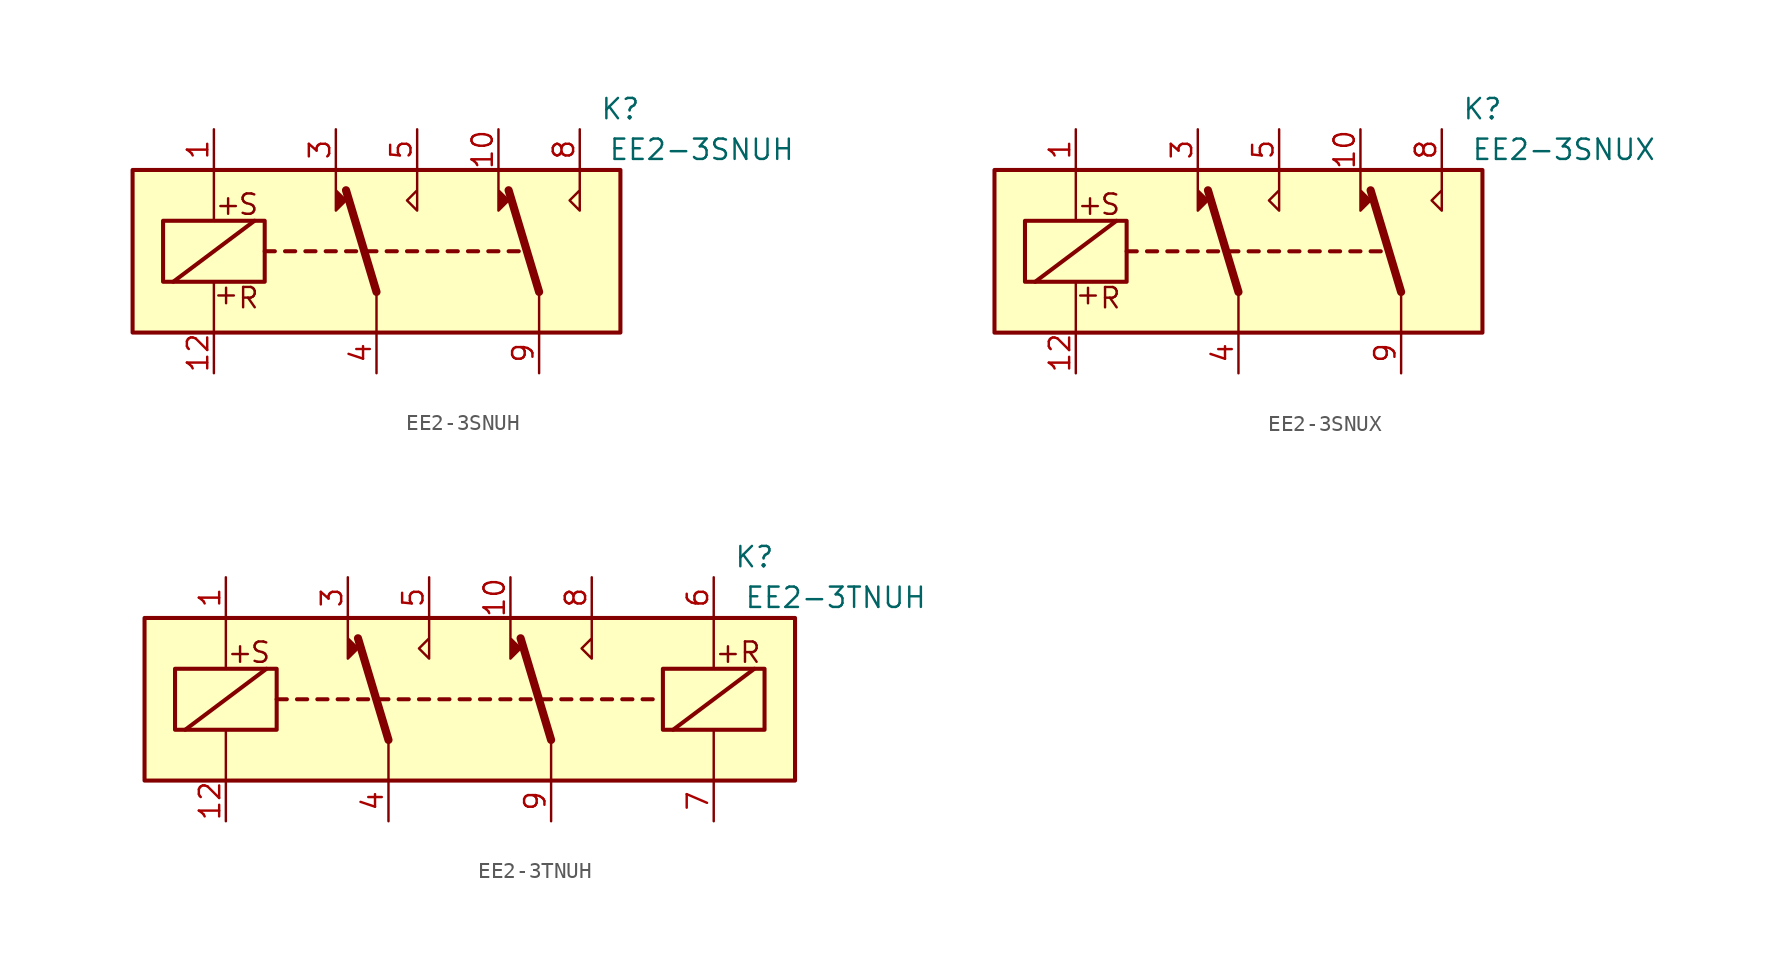
<source format=kicad_sym>
(kicad_symbol_lib
  (version 20201005)
  (generator kicad_symbol_editor)
  (symbol "Relay:EE2-3SNUH"
    (property "Reference" "K"
      (at 15.24 8.89 0)
      (effects (font (size 1.27 1.27))))
    (property "Value" "EE2-3SNUH"
      (at 20.32 6.35 0)
      (effects (font (size 1.27 1.27))))
    (symbol "EE2-3SNUH_1_1"
      (text "+" (at -9.398 -2.667 0) (effects (font (size 1.27 1.27))))
      (text "+" (at -9.271 2.921 0) (effects (font (size 1.27 1.27))))
      (text "R" (at -8.001 -2.921 0) (effects (font (size 1.27 1.27))))
      (text "S" (at -8.001 2.921 0) (effects (font (size 1.27 1.27))))
      (rectangle (start -15.24 5.08) (end 15.24 -5.08) (stroke (width 0.254)) (fill (type background)))
      (rectangle (start -13.335 1.905) (end -6.985 -1.905) (stroke (width 0.254)) (fill (type none)))
      (polyline (pts (xy -12.7 -1.905) (xy -7.62 1.905)) (stroke (width 0.254)) (fill (type none)))
      (polyline (pts (xy -10.16 -5.08) (xy -10.16 -1.905)) (stroke (width 0)) (fill (type none)))
      (polyline (pts (xy -10.16 5.08) (xy -10.16 1.905)) (stroke (width 0)) (fill (type none)))
      (polyline (pts (xy -6.985 0) (xy -6.35 0)) (stroke (width 0.254)) (fill (type none)))
      (polyline (pts (xy -5.715 0) (xy -5.08 0)) (stroke (width 0.254)) (fill (type none)))
      (polyline (pts (xy -4.445 0) (xy -3.81 0)) (stroke (width 0.254)) (fill (type none)))
      (polyline (pts (xy -3.175 0) (xy -2.54 0)) (stroke (width 0.254)) (fill (type none)))
      (polyline (pts (xy -1.905 0) (xy -1.27 0)) (stroke (width 0.254)) (fill (type none)))
      (polyline (pts (xy -0.635 0) (xy 0 0)) (stroke (width 0.254)) (fill (type none)))
      (polyline (pts (xy 0 -2.54) (xy -1.905 3.81)) (stroke (width 0.508)) (fill (type none)))
      (polyline (pts (xy 0 -2.54) (xy 0 -5.08)) (stroke (width 0)) (fill (type none)))
      (polyline (pts (xy 0.635 0) (xy 1.27 0)) (stroke (width 0.254)) (fill (type none)))
      (polyline (pts (xy 1.905 0) (xy 2.54 0)) (stroke (width 0.254)) (fill (type none)))
      (polyline (pts (xy 3.175 0) (xy 3.81 0)) (stroke (width 0.254)) (fill (type none)))
      (polyline (pts (xy 4.445 0) (xy 5.08 0)) (stroke (width 0.254)) (fill (type none)))
      (polyline (pts (xy 5.715 0) (xy 6.35 0)) (stroke (width 0.254)) (fill (type none)))
      (polyline (pts (xy 6.985 0) (xy 7.62 0)) (stroke (width 0.254)) (fill (type none)))
      (polyline (pts (xy 8.255 0) (xy 8.89 0)) (stroke (width 0.254)) (fill (type none)))
      (polyline (pts (xy 10.16 -2.54) (xy 8.255 3.81)) (stroke (width 0.508)) (fill (type none)))
      (polyline (pts (xy 10.16 -2.54) (xy 10.16 -5.08)) (stroke (width 0)) (fill (type none)))
      (polyline (pts (xy -2.54 5.08) (xy -2.54 2.54) (xy -1.905 3.175) (xy -2.54 3.81)) (stroke (width 0)) (fill (type outline)))
      (polyline (pts (xy 2.54 5.08) (xy 2.54 2.54) (xy 1.905 3.175) (xy 2.54 3.81)) (stroke (width 0)) (fill (type none)))
      (polyline (pts (xy 7.62 5.08) (xy 7.62 2.54) (xy 8.255 3.175) (xy 7.62 3.81)) (stroke (width 0)) (fill (type outline)))
      (polyline (pts (xy 12.7 5.08) (xy 12.7 2.54) (xy 12.065 3.175) (xy 12.7 3.81)) (stroke (width 0)) (fill (type none)))
      (pin passive line (at -10.16 7.62 270) (length 2.54) (name "~" (effects (font (size 1.27 1.27)))) (number "1" (effects (font (size 1.27 1.27)))))
      (pin passive line (at 7.62 7.62 270) (length 2.54) (name "~" (effects (font (size 1.27 1.27)))) (number "10" (effects (font (size 1.27 1.27)))))
      (pin passive line (at -10.16 -7.62 90) (length 2.54) (name "~" (effects (font (size 1.27 1.27)))) (number "12" (effects (font (size 1.27 1.27)))))
      (pin passive line (at -2.54 7.62 270) (length 2.54) (name "~" (effects (font (size 1.27 1.27)))) (number "3" (effects (font (size 1.27 1.27)))))
      (pin passive line (at 0 -7.62 90) (length 2.54) (name "~" (effects (font (size 1.27 1.27)))) (number "4" (effects (font (size 1.27 1.27)))))
      (pin passive line (at 2.54 7.62 270) (length 2.54) (name "~" (effects (font (size 1.27 1.27)))) (number "5" (effects (font (size 1.27 1.27)))))
      (pin passive line (at 12.7 7.62 270) (length 2.54) (name "~" (effects (font (size 1.27 1.27)))) (number "8" (effects (font (size 1.27 1.27)))))
      (pin passive line (at 10.16 -7.62 90) (length 2.54) (name "~" (effects (font (size 1.27 1.27)))) (number "9" (effects (font (size 1.27 1.27)))))))
  (symbol "Relay:EE2-3SNUX"
    (property "Reference" "K"
      (at 15.24 8.89 0)
      (effects (font (size 1.27 1.27))))
    (property "Value" "EE2-3SNUX"
      (at 20.32 6.35 0)
      (effects (font (size 1.27 1.27))))
    (symbol "EE2-3SNUX_1_1"
      (text "+" (at -9.398 -2.667 0) (effects (font (size 1.27 1.27))))
      (text "+" (at -9.271 2.921 0) (effects (font (size 1.27 1.27))))
      (text "R" (at -8.001 -2.921 0) (effects (font (size 1.27 1.27))))
      (text "S" (at -8.001 2.921 0) (effects (font (size 1.27 1.27))))
      (rectangle (start -15.24 5.08) (end 15.24 -5.08) (stroke (width 0.254)) (fill (type background)))
      (rectangle (start -13.335 1.905) (end -6.985 -1.905) (stroke (width 0.254)) (fill (type none)))
      (polyline (pts (xy -12.7 -1.905) (xy -7.62 1.905)) (stroke (width 0.254)) (fill (type none)))
      (polyline (pts (xy -10.16 -5.08) (xy -10.16 -1.905)) (stroke (width 0)) (fill (type none)))
      (polyline (pts (xy -10.16 5.08) (xy -10.16 1.905)) (stroke (width 0)) (fill (type none)))
      (polyline (pts (xy -6.985 0) (xy -6.35 0)) (stroke (width 0.254)) (fill (type none)))
      (polyline (pts (xy -5.715 0) (xy -5.08 0)) (stroke (width 0.254)) (fill (type none)))
      (polyline (pts (xy -4.445 0) (xy -3.81 0)) (stroke (width 0.254)) (fill (type none)))
      (polyline (pts (xy -3.175 0) (xy -2.54 0)) (stroke (width 0.254)) (fill (type none)))
      (polyline (pts (xy -1.905 0) (xy -1.27 0)) (stroke (width 0.254)) (fill (type none)))
      (polyline (pts (xy -0.635 0) (xy 0 0)) (stroke (width 0.254)) (fill (type none)))
      (polyline (pts (xy 0 -2.54) (xy -1.905 3.81)) (stroke (width 0.508)) (fill (type none)))
      (polyline (pts (xy 0 -2.54) (xy 0 -5.08)) (stroke (width 0)) (fill (type none)))
      (polyline (pts (xy 0.635 0) (xy 1.27 0)) (stroke (width 0.254)) (fill (type none)))
      (polyline (pts (xy 1.905 0) (xy 2.54 0)) (stroke (width 0.254)) (fill (type none)))
      (polyline (pts (xy 3.175 0) (xy 3.81 0)) (stroke (width 0.254)) (fill (type none)))
      (polyline (pts (xy 4.445 0) (xy 5.08 0)) (stroke (width 0.254)) (fill (type none)))
      (polyline (pts (xy 5.715 0) (xy 6.35 0)) (stroke (width 0.254)) (fill (type none)))
      (polyline (pts (xy 6.985 0) (xy 7.62 0)) (stroke (width 0.254)) (fill (type none)))
      (polyline (pts (xy 8.255 0) (xy 8.89 0)) (stroke (width 0.254)) (fill (type none)))
      (polyline (pts (xy 10.16 -2.54) (xy 8.255 3.81)) (stroke (width 0.508)) (fill (type none)))
      (polyline (pts (xy 10.16 -2.54) (xy 10.16 -5.08)) (stroke (width 0)) (fill (type none)))
      (polyline (pts (xy -2.54 5.08) (xy -2.54 2.54) (xy -1.905 3.175) (xy -2.54 3.81)) (stroke (width 0)) (fill (type outline)))
      (polyline (pts (xy 2.54 5.08) (xy 2.54 2.54) (xy 1.905 3.175) (xy 2.54 3.81)) (stroke (width 0)) (fill (type none)))
      (polyline (pts (xy 7.62 5.08) (xy 7.62 2.54) (xy 8.255 3.175) (xy 7.62 3.81)) (stroke (width 0)) (fill (type outline)))
      (polyline (pts (xy 12.7 5.08) (xy 12.7 2.54) (xy 12.065 3.175) (xy 12.7 3.81)) (stroke (width 0)) (fill (type none)))
      (pin passive line (at -10.16 7.62 270) (length 2.54) (name "~" (effects (font (size 1.27 1.27)))) (number "1" (effects (font (size 1.27 1.27)))))
      (pin passive line (at 7.62 7.62 270) (length 2.54) (name "~" (effects (font (size 1.27 1.27)))) (number "10" (effects (font (size 1.27 1.27)))))
      (pin passive line (at -10.16 -7.62 90) (length 2.54) (name "~" (effects (font (size 1.27 1.27)))) (number "12" (effects (font (size 1.27 1.27)))))
      (pin passive line (at -2.54 7.62 270) (length 2.54) (name "~" (effects (font (size 1.27 1.27)))) (number "3" (effects (font (size 1.27 1.27)))))
      (pin passive line (at 0 -7.62 90) (length 2.54) (name "~" (effects (font (size 1.27 1.27)))) (number "4" (effects (font (size 1.27 1.27)))))
      (pin passive line (at 2.54 7.62 270) (length 2.54) (name "~" (effects (font (size 1.27 1.27)))) (number "5" (effects (font (size 1.27 1.27)))))
      (pin passive line (at 12.7 7.62 270) (length 2.54) (name "~" (effects (font (size 1.27 1.27)))) (number "8" (effects (font (size 1.27 1.27)))))
      (pin passive line (at 10.16 -7.62 90) (length 2.54) (name "~" (effects (font (size 1.27 1.27)))) (number "9" (effects (font (size 1.27 1.27)))))))
  (symbol "Relay:EE2-3TNUH"
    (property "Reference" "K"
      (at 17.78 8.89 0)
      (effects (font (size 1.27 1.27))))
    (property "Value" "EE2-3TNUH"
      (at 22.86 6.35 0)
      (effects (font (size 1.27 1.27))))
    (symbol "EE2-3TNUH_1_1"
      (text "+" (at -14.351 2.921 0) (effects (font (size 1.27 1.27))))
      (text "+" (at 16.129 2.921 0) (effects (font (size 1.27 1.27))))
      (text "R" (at 17.526 2.921 0) (effects (font (size 1.27 1.27))))
      (text "S" (at -13.081 2.921 0) (effects (font (size 1.27 1.27))))
      (rectangle (start -20.32 5.08) (end 20.32 -5.08) (stroke (width 0.254)) (fill (type background)))
      (rectangle (start -18.415 1.905) (end -12.065 -1.905) (stroke (width 0.254)) (fill (type none)))
      (rectangle (start 12.065 1.905) (end 18.415 -1.905) (stroke (width 0.254)) (fill (type none)))
      (polyline (pts (xy -17.78 -1.905) (xy -12.7 1.905)) (stroke (width 0.254)) (fill (type none)))
      (polyline (pts (xy -15.24 -5.08) (xy -15.24 -1.905)) (stroke (width 0)) (fill (type none)))
      (polyline (pts (xy -15.24 5.08) (xy -15.24 1.905)) (stroke (width 0)) (fill (type none)))
      (polyline (pts (xy -12.065 0) (xy -11.43 0)) (stroke (width 0.254)) (fill (type none)))
      (polyline (pts (xy -10.795 0) (xy -10.16 0)) (stroke (width 0.254)) (fill (type none)))
      (polyline (pts (xy -9.525 0) (xy -8.89 0)) (stroke (width 0.254)) (fill (type none)))
      (polyline (pts (xy -8.255 0) (xy -7.62 0)) (stroke (width 0.254)) (fill (type none)))
      (polyline (pts (xy -6.985 0) (xy -6.35 0)) (stroke (width 0.254)) (fill (type none)))
      (polyline (pts (xy -5.715 0) (xy -5.08 0)) (stroke (width 0.254)) (fill (type none)))
      (polyline (pts (xy -5.08 -2.54) (xy -6.985 3.81)) (stroke (width 0.508)) (fill (type none)))
      (polyline (pts (xy -5.08 -2.54) (xy -5.08 -5.08)) (stroke (width 0)) (fill (type none)))
      (polyline (pts (xy -4.445 0) (xy -3.81 0)) (stroke (width 0.254)) (fill (type none)))
      (polyline (pts (xy -3.175 0) (xy -2.54 0)) (stroke (width 0.254)) (fill (type none)))
      (polyline (pts (xy -1.905 0) (xy -1.27 0)) (stroke (width 0.254)) (fill (type none)))
      (polyline (pts (xy -0.635 0) (xy 0 0)) (stroke (width 0.254)) (fill (type none)))
      (polyline (pts (xy 0.635 0) (xy 1.27 0)) (stroke (width 0.254)) (fill (type none)))
      (polyline (pts (xy 1.905 0) (xy 2.54 0)) (stroke (width 0.254)) (fill (type none)))
      (polyline (pts (xy 3.175 0) (xy 3.81 0)) (stroke (width 0.254)) (fill (type none)))
      (polyline (pts (xy 4.445 0) (xy 5.08 0)) (stroke (width 0.254)) (fill (type none)))
      (polyline (pts (xy 5.08 -2.54) (xy 3.175 3.81)) (stroke (width 0.508)) (fill (type none)))
      (polyline (pts (xy 5.08 -2.54) (xy 5.08 -5.08)) (stroke (width 0)) (fill (type none)))
      (polyline (pts (xy 5.715 0) (xy 6.35 0)) (stroke (width 0.254)) (fill (type none)))
      (polyline (pts (xy 6.985 0) (xy 7.62 0)) (stroke (width 0.254)) (fill (type none)))
      (polyline (pts (xy 8.255 0) (xy 8.89 0)) (stroke (width 0.254)) (fill (type none)))
      (polyline (pts (xy 9.525 0) (xy 10.16 0)) (stroke (width 0.254)) (fill (type none)))
      (polyline (pts (xy 10.795 0) (xy 11.43 0)) (stroke (width 0.254)) (fill (type none)))
      (polyline (pts (xy 12.7 -1.905) (xy 17.78 1.905)) (stroke (width 0.254)) (fill (type none)))
      (polyline (pts (xy 15.24 -5.08) (xy 15.24 -1.905)) (stroke (width 0)) (fill (type none)))
      (polyline (pts (xy 15.24 5.08) (xy 15.24 1.905)) (stroke (width 0)) (fill (type none)))
      (polyline (pts (xy -7.62 5.08) (xy -7.62 2.54) (xy -6.985 3.175) (xy -7.62 3.81)) (stroke (width 0)) (fill (type outline)))
      (polyline (pts (xy -2.54 5.08) (xy -2.54 2.54) (xy -3.175 3.175) (xy -2.54 3.81)) (stroke (width 0)) (fill (type none)))
      (polyline (pts (xy 2.54 5.08) (xy 2.54 2.54) (xy 3.175 3.175) (xy 2.54 3.81)) (stroke (width 0)) (fill (type outline)))
      (polyline (pts (xy 7.62 5.08) (xy 7.62 2.54) (xy 6.985 3.175) (xy 7.62 3.81)) (stroke (width 0)) (fill (type none)))
      (pin passive line (at -15.24 7.62 270) (length 2.54) (name "~" (effects (font (size 1.27 1.27)))) (number "1" (effects (font (size 1.27 1.27)))))
      (pin passive line (at 2.54 7.62 270) (length 2.54) (name "~" (effects (font (size 1.27 1.27)))) (number "10" (effects (font (size 1.27 1.27)))))
      (pin passive line (at -15.24 -7.62 90) (length 2.54) (name "~" (effects (font (size 1.27 1.27)))) (number "12" (effects (font (size 1.27 1.27)))))
      (pin passive line (at -7.62 7.62 270) (length 2.54) (name "~" (effects (font (size 1.27 1.27)))) (number "3" (effects (font (size 1.27 1.27)))))
      (pin passive line (at -5.08 -7.62 90) (length 2.54) (name "~" (effects (font (size 1.27 1.27)))) (number "4" (effects (font (size 1.27 1.27)))))
      (pin passive line (at -2.54 7.62 270) (length 2.54) (name "~" (effects (font (size 1.27 1.27)))) (number "5" (effects (font (size 1.27 1.27)))))
      (pin passive line (at 15.24 7.62 270) (length 2.54) (name "~" (effects (font (size 1.27 1.27)))) (number "6" (effects (font (size 1.27 1.27)))))
      (pin passive line (at 15.24 -7.62 90) (length 2.54) (name "~" (effects (font (size 1.27 1.27)))) (number "7" (effects (font (size 1.27 1.27)))))
      (pin passive line (at 7.62 7.62 270) (length 2.54) (name "~" (effects (font (size 1.27 1.27)))) (number "8" (effects (font (size 1.27 1.27)))))
      (pin passive line (at 5.08 -7.62 90) (length 2.54) (name "~" (effects (font (size 1.27 1.27)))) (number "9" (effects (font (size 1.27 1.27))))))))
</source>
